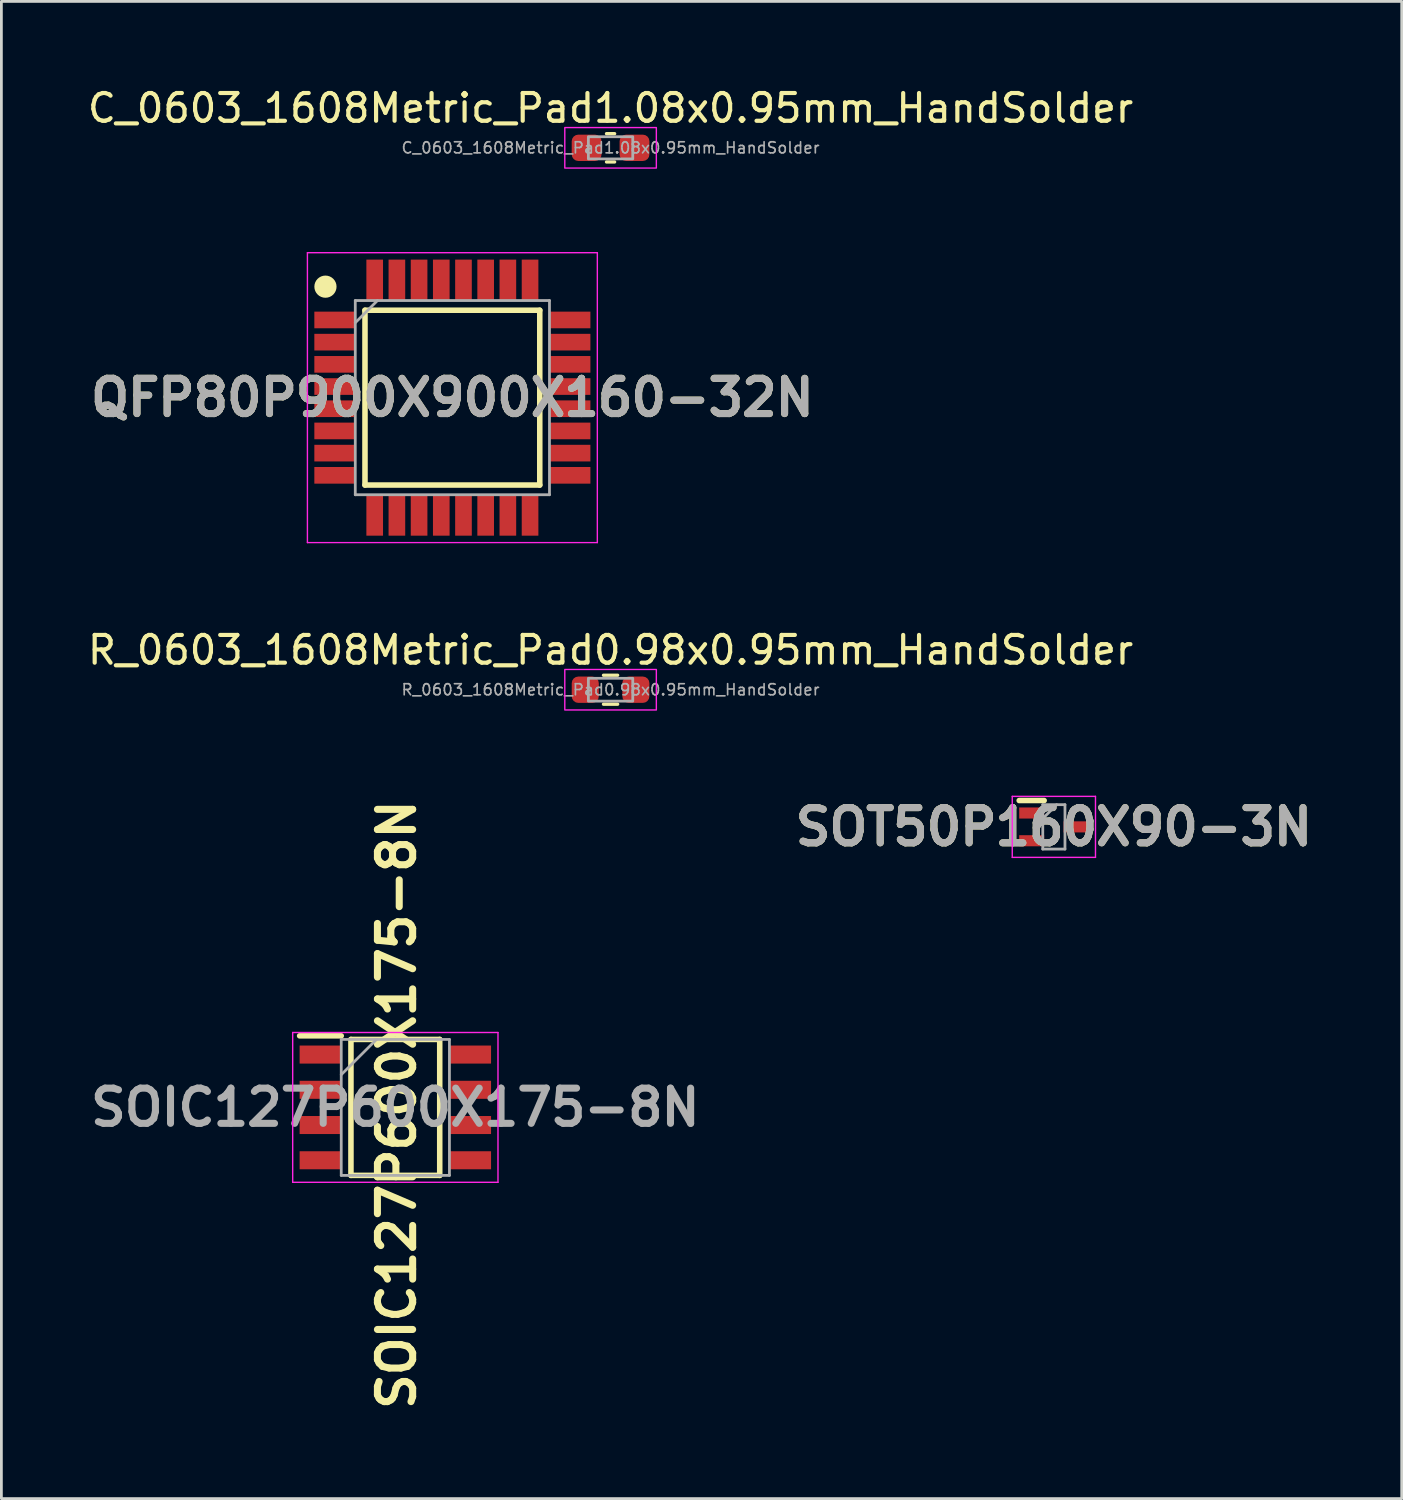
<source format=kicad_pcb>
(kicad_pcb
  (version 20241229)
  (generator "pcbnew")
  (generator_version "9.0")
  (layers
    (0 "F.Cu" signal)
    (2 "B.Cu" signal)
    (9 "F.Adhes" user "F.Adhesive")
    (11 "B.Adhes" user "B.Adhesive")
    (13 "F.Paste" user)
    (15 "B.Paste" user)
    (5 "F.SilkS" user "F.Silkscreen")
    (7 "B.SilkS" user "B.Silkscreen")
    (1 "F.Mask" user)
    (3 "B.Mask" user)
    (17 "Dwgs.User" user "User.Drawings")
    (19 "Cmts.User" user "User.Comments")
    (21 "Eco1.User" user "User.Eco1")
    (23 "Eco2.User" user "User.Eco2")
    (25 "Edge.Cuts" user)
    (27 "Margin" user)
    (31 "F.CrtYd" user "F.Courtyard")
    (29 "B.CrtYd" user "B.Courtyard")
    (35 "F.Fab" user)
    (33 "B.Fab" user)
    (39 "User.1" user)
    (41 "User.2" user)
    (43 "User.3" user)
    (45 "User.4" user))
  (footprint "C_0603_1608Metric_Pad1.08x0.95mm_HandSolder"
    (layer "F.Cu")
    (at 18.958 2.278)
    (property "Reference" "C_0603_1608Metric_Pad1.08x0.95mm_HandSolder" (at 0 -1.43 0) (layer "F.SilkS") (effects (font (size 1 1) (thickness 0.15))))
    (attr smd)
    (fp_line (start -0.146 -0.51) (end 0.146 -0.51) (stroke (width 0.12) (type solid)) (layer "F.SilkS"))
    (fp_line (start -0.146 0.51) (end 0.146 0.51) (stroke (width 0.12) (type solid)) (layer "F.SilkS"))
    (fp_rect (start -1.65 -0.73) (end 1.65 0.73) (stroke (width 0.05) (type solid)) (fill no) (layer "F.CrtYd"))
    (fp_rect (start -0.8 -0.4) (end 0.8 0.4) (stroke (width 0.1) (type solid)) (fill no) (layer "F.Fab"))
    (fp_text user "${REFERENCE}" (at 0 0 0) (layer "F.Fab") (effects (font (size 0.4 0.4) (thickness 0.06))))
    (pad "1" smd roundrect (at -0.863 0) (size 1.075 0.95) (layers "F.Cu" "F.Mask" "F.Paste") (roundrect_rratio 0.25))
    (pad "2" smd roundrect (at 0.863 0) (size 1.075 0.95) (layers "F.Cu" "F.Mask" "F.Paste") (roundrect_rratio 0.25)))
  (footprint "R_0603_1608Metric_Pad0.98x0.95mm_HandSolder"
    (layer "F.Cu")
    (at 18.958 21.811)
    (property "Reference" "R_0603_1608Metric_Pad0.98x0.95mm_HandSolder" (at 0 -1.43 0) (layer "F.SilkS") (effects (font (size 1 1) (thickness 0.15))))
    (attr smd)
    (fp_line (start -0.255 -0.522) (end 0.255 -0.522) (stroke (width 0.12) (type solid)) (layer "F.SilkS"))
    (fp_line (start -0.255 0.522) (end 0.255 0.522) (stroke (width 0.12) (type solid)) (layer "F.SilkS"))
    (fp_rect (start -1.65 -0.73) (end 1.65 0.73) (stroke (width 0.05) (type solid)) (fill no) (layer "F.CrtYd"))
    (fp_rect (start -0.8 -0.412) (end 0.8 0.412) (stroke (width 0.1) (type solid)) (fill no) (layer "F.Fab"))
    (fp_text user "${REFERENCE}" (at 0 0 0) (layer "F.Fab") (effects (font (size 0.4 0.4) (thickness 0.06))))
    (pad "1" smd roundrect (at -0.912 0) (size 0.975 0.95) (layers "F.Cu" "F.Mask" "F.Paste") (roundrect_rratio 0.25))
    (pad "2" smd roundrect (at 0.912 0) (size 0.975 0.95) (layers "F.Cu" "F.Mask" "F.Paste") (roundrect_rratio 0.25)))
  (footprint "SOT50P160X90-3N"
    (layer "F.Cu")
    (at 34.937 26.755)
    (property "Reference" "SOT50P160X90-3N" (at 0 0 180) (layer "F.SilkS") (effects (font (size 1.27 1.27) (thickness 0.254))))
    (attr smd)
    (fp_line (start -1.25 -0.95) (end -0.35 -0.95) (stroke (width 0.2) (type solid)) (layer "F.SilkS"))
    (fp_line (start -1.5 -1.1) (end 1.5 -1.1) (stroke (width 0.05) (type solid)) (layer "F.CrtYd"))
    (fp_line (start -1.5 1.1) (end -1.5 -1.1) (stroke (width 0.05) (type solid)) (layer "F.CrtYd"))
    (fp_line (start 1.5 -1.1) (end 1.5 1.1) (stroke (width 0.05) (type solid)) (layer "F.CrtYd"))
    (fp_line (start 1.5 1.1) (end -1.5 1.1) (stroke (width 0.05) (type solid)) (layer "F.CrtYd"))
    (fp_line (start -0.4 -0.8) (end 0.4 -0.8) (stroke (width 0.1) (type solid)) (layer "F.Fab"))
    (fp_line (start -0.4 -0.3) (end 0.1 -0.8) (stroke (width 0.1) (type solid)) (layer "F.Fab"))
    (fp_line (start -0.4 0.8) (end -0.4 -0.8) (stroke (width 0.1) (type solid)) (layer "F.Fab"))
    (fp_line (start 0.4 -0.8) (end 0.4 0.8) (stroke (width 0.1) (type solid)) (layer "F.Fab"))
    (fp_line (start 0.4 0.8) (end -0.4 0.8) (stroke (width 0.1) (type solid)) (layer "F.Fab"))
    (fp_text user "${REFERENCE}" (at 0 0 180) (layer "F.Fab") (effects (font (size 1.27 1.27) (thickness 0.254))))
    (pad "1" smd rect (at -0.8 -0.5 90) (size 0.4 0.9) (layers "F.Cu" "F.Mask" "F.Paste"))
    (pad "2" smd rect (at -0.8 0.5 90) (size 0.4 0.9) (layers "F.Cu" "F.Mask" "F.Paste"))
    (pad "3" smd rect (at 0.8 0 90) (size 0.4 0.9) (layers "F.Cu" "F.Mask" "F.Paste")))
  (footprint "SOIC127P600X175-8N"
    (layer "F.Cu")
    (at 11.2 36.867)
    (property "Reference" "SOIC127P600X175-8N" (at 0.05 -0.1 90) (layer "F.SilkS") (effects (font (size 1.27 1.27) (thickness 0.254))))
    (attr smd)
    (fp_line (start -3.45 -2.58) (end -1.95 -2.58) (stroke (width 0.2) (type solid)) (layer "F.SilkS"))
    (fp_line (start -1.6 -2.45) (end 1.6 -2.45) (stroke (width 0.2) (type solid)) (layer "F.SilkS"))
    (fp_line (start -1.6 2.45) (end -1.6 -2.45) (stroke (width 0.2) (type solid)) (layer "F.SilkS"))
    (fp_line (start 1.6 -2.45) (end 1.6 2.45) (stroke (width 0.2) (type solid)) (layer "F.SilkS"))
    (fp_line (start 1.6 2.45) (end -1.6 2.45) (stroke (width 0.2) (type solid)) (layer "F.SilkS"))
    (fp_line (start -3.7 -2.7) (end 3.7 -2.7) (stroke (width 0.05) (type solid)) (layer "F.CrtYd"))
    (fp_line (start -3.7 2.7) (end -3.7 -2.7) (stroke (width 0.05) (type solid)) (layer "F.CrtYd"))
    (fp_line (start 3.7 -2.7) (end 3.7 2.7) (stroke (width 0.05) (type solid)) (layer "F.CrtYd"))
    (fp_line (start 3.7 2.7) (end -3.7 2.7) (stroke (width 0.05) (type solid)) (layer "F.CrtYd"))
    (fp_line (start -1.95 -2.45) (end 1.95 -2.45) (stroke (width 0.1) (type solid)) (layer "F.Fab"))
    (fp_line (start -1.95 -1.18) (end -0.68 -2.45) (stroke (width 0.1) (type solid)) (layer "F.Fab"))
    (fp_line (start -1.95 2.45) (end -1.95 -2.45) (stroke (width 0.1) (type solid)) (layer "F.Fab"))
    (fp_line (start 1.95 -2.45) (end 1.95 2.45) (stroke (width 0.1) (type solid)) (layer "F.Fab"))
    (fp_line (start 1.95 2.45) (end -1.95 2.45) (stroke (width 0.1) (type solid)) (layer "F.Fab"))
    (fp_text user "${REFERENCE}" (at 0 0 0) (layer "F.Fab") (effects (font (size 1.27 1.27) (thickness 0.254))))
    (pad "1" smd rect (at -2.7 -1.905 90) (size 0.65 1.5) (layers "F.Cu" "F.Mask" "F.Paste"))
    (pad "2" smd rect (at -2.7 -0.635 90) (size 0.65 1.5) (layers "F.Cu" "F.Mask" "F.Paste"))
    (pad "3" smd rect (at -2.7 0.635 90) (size 0.65 1.5) (layers "F.Cu" "F.Mask" "F.Paste"))
    (pad "4" smd rect (at -2.7 1.905 90) (size 0.65 1.5) (layers "F.Cu" "F.Mask" "F.Paste"))
    (pad "5" smd rect (at 2.7 1.905 90) (size 0.65 1.5) (layers "F.Cu" "F.Mask" "F.Paste"))
    (pad "6" smd rect (at 2.7 0.635 90) (size 0.65 1.5) (layers "F.Cu" "F.Mask" "F.Paste"))
    (pad "7" smd rect (at 2.7 -0.635 90) (size 0.65 1.5) (layers "F.Cu" "F.Mask" "F.Paste"))
    (pad "8" smd rect (at 2.7 -1.905 90) (size 0.65 1.5) (layers "F.Cu" "F.Mask" "F.Paste")))
  (footprint "QFP80P900X900X160-32N"
    (layer "F.Cu")
    (at 13.256 11.283)
    (property "Reference" "QFP80P900X900X160-32N" (at 0 0 0) (layer "F.SilkS") (effects (font (size 1.27 1.27) (thickness 0.254))))
    (attr smd)
    (fp_line (start -3.15 -3.15) (end 3.15 -3.15) (stroke (width 0.2) (type solid)) (layer "F.SilkS"))
    (fp_line (start -3.15 3.15) (end -3.15 -3.15) (stroke (width 0.2) (type solid)) (layer "F.SilkS"))
    (fp_line (start 3.15 -3.15) (end 3.15 3.15) (stroke (width 0.2) (type solid)) (layer "F.SilkS"))
    (fp_line (start 3.15 3.15) (end -3.15 3.15) (stroke (width 0.2) (type solid)) (layer "F.SilkS"))
    (fp_circle (center -4.575 -4) (end -4.575 -3.8) (stroke (width 0.4) (type solid)) (fill no) (layer "F.SilkS"))
    (fp_line (start -5.225 -5.225) (end 5.225 -5.225) (stroke (width 0.05) (type solid)) (layer "F.CrtYd"))
    (fp_line (start -5.225 5.225) (end -5.225 -5.225) (stroke (width 0.05) (type solid)) (layer "F.CrtYd"))
    (fp_line (start 5.225 -5.225) (end 5.225 5.225) (stroke (width 0.05) (type solid)) (layer "F.CrtYd"))
    (fp_line (start 5.225 5.225) (end -5.225 5.225) (stroke (width 0.05) (type solid)) (layer "F.CrtYd"))
    (fp_line (start -3.5 -3.5) (end 3.5 -3.5) (stroke (width 0.1) (type solid)) (layer "F.Fab"))
    (fp_line (start -3.5 -2.7) (end -2.7 -3.5) (stroke (width 0.1) (type solid)) (layer "F.Fab"))
    (fp_line (start -3.5 3.5) (end -3.5 -3.5) (stroke (width 0.1) (type solid)) (layer "F.Fab"))
    (fp_line (start 3.5 -3.5) (end 3.5 3.5) (stroke (width 0.1) (type solid)) (layer "F.Fab"))
    (fp_line (start 3.5 3.5) (end -3.5 3.5) (stroke (width 0.1) (type solid)) (layer "F.Fab"))
    (fp_text user "${REFERENCE}" (at 0 0 0) (layer "F.Fab") (effects (font (size 1.27 1.27) (thickness 0.254))))
    (pad "1" smd rect (at -4.238 -2.8 90) (size 0.6 1.475) (layers "F.Cu" "F.Mask" "F.Paste"))
    (pad "2" smd rect (at -4.238 -2 90) (size 0.6 1.475) (layers "F.Cu" "F.Mask" "F.Paste"))
    (pad "3" smd rect (at -4.238 -1.2 90) (size 0.6 1.475) (layers "F.Cu" "F.Mask" "F.Paste"))
    (pad "4" smd rect (at -4.238 -0.4 90) (size 0.6 1.475) (layers "F.Cu" "F.Mask" "F.Paste"))
    (pad "5" smd rect (at -4.238 0.4 90) (size 0.6 1.475) (layers "F.Cu" "F.Mask" "F.Paste"))
    (pad "6" smd rect (at -4.238 1.2 90) (size 0.6 1.475) (layers "F.Cu" "F.Mask" "F.Paste"))
    (pad "7" smd rect (at -4.238 2 90) (size 0.6 1.475) (layers "F.Cu" "F.Mask" "F.Paste"))
    (pad "8" smd rect (at -4.238 2.8 90) (size 0.6 1.475) (layers "F.Cu" "F.Mask" "F.Paste"))
    (pad "9" smd rect (at -2.8 4.238) (size 0.6 1.475) (layers "F.Cu" "F.Mask" "F.Paste"))
    (pad "10" smd rect (at -2 4.238) (size 0.6 1.475) (layers "F.Cu" "F.Mask" "F.Paste"))
    (pad "11" smd rect (at -1.2 4.238) (size 0.6 1.475) (layers "F.Cu" "F.Mask" "F.Paste"))
    (pad "12" smd rect (at -0.4 4.238) (size 0.6 1.475) (layers "F.Cu" "F.Mask" "F.Paste"))
    (pad "13" smd rect (at 0.4 4.238) (size 0.6 1.475) (layers "F.Cu" "F.Mask" "F.Paste"))
    (pad "14" smd rect (at 1.2 4.238) (size 0.6 1.475) (layers "F.Cu" "F.Mask" "F.Paste"))
    (pad "15" smd rect (at 2 4.238) (size 0.6 1.475) (layers "F.Cu" "F.Mask" "F.Paste"))
    (pad "16" smd rect (at 2.8 4.238) (size 0.6 1.475) (layers "F.Cu" "F.Mask" "F.Paste"))
    (pad "17" smd rect (at 4.238 2.8 90) (size 0.6 1.475) (layers "F.Cu" "F.Mask" "F.Paste"))
    (pad "18" smd rect (at 4.238 2 90) (size 0.6 1.475) (layers "F.Cu" "F.Mask" "F.Paste"))
    (pad "19" smd rect (at 4.238 1.2 90) (size 0.6 1.475) (layers "F.Cu" "F.Mask" "F.Paste"))
    (pad "20" smd rect (at 4.238 0.4 90) (size 0.6 1.475) (layers "F.Cu" "F.Mask" "F.Paste"))
    (pad "21" smd rect (at 4.238 -0.4 90) (size 0.6 1.475) (layers "F.Cu" "F.Mask" "F.Paste"))
    (pad "22" smd rect (at 4.238 -1.2 90) (size 0.6 1.475) (layers "F.Cu" "F.Mask" "F.Paste"))
    (pad "23" smd rect (at 4.238 -2 90) (size 0.6 1.475) (layers "F.Cu" "F.Mask" "F.Paste"))
    (pad "24" smd rect (at 4.238 -2.8 90) (size 0.6 1.475) (layers "F.Cu" "F.Mask" "F.Paste"))
    (pad "25" smd rect (at 2.8 -4.238) (size 0.6 1.475) (layers "F.Cu" "F.Mask" "F.Paste"))
    (pad "26" smd rect (at 2 -4.238) (size 0.6 1.475) (layers "F.Cu" "F.Mask" "F.Paste"))
    (pad "27" smd rect (at 1.2 -4.238) (size 0.6 1.475) (layers "F.Cu" "F.Mask" "F.Paste"))
    (pad "28" smd rect (at 0.4 -4.238) (size 0.6 1.475) (layers "F.Cu" "F.Mask" "F.Paste"))
    (pad "29" smd rect (at -0.4 -4.238) (size 0.6 1.475) (layers "F.Cu" "F.Mask" "F.Paste"))
    (pad "30" smd rect (at -1.2 -4.238) (size 0.6 1.475) (layers "F.Cu" "F.Mask" "F.Paste"))
    (pad "31" smd rect (at -2 -4.238) (size 0.6 1.475) (layers "F.Cu" "F.Mask" "F.Paste"))
    (pad "32" smd rect (at -2.8 -4.238) (size 0.6 1.475) (layers "F.Cu" "F.Mask" "F.Paste")))
  (gr_rect
    (start -3 -3)
    (end 47.475 50.967)
    (stroke (width 0.1) (type default))
    (fill no)
    (layer "Edge.Cuts")))
</source>
